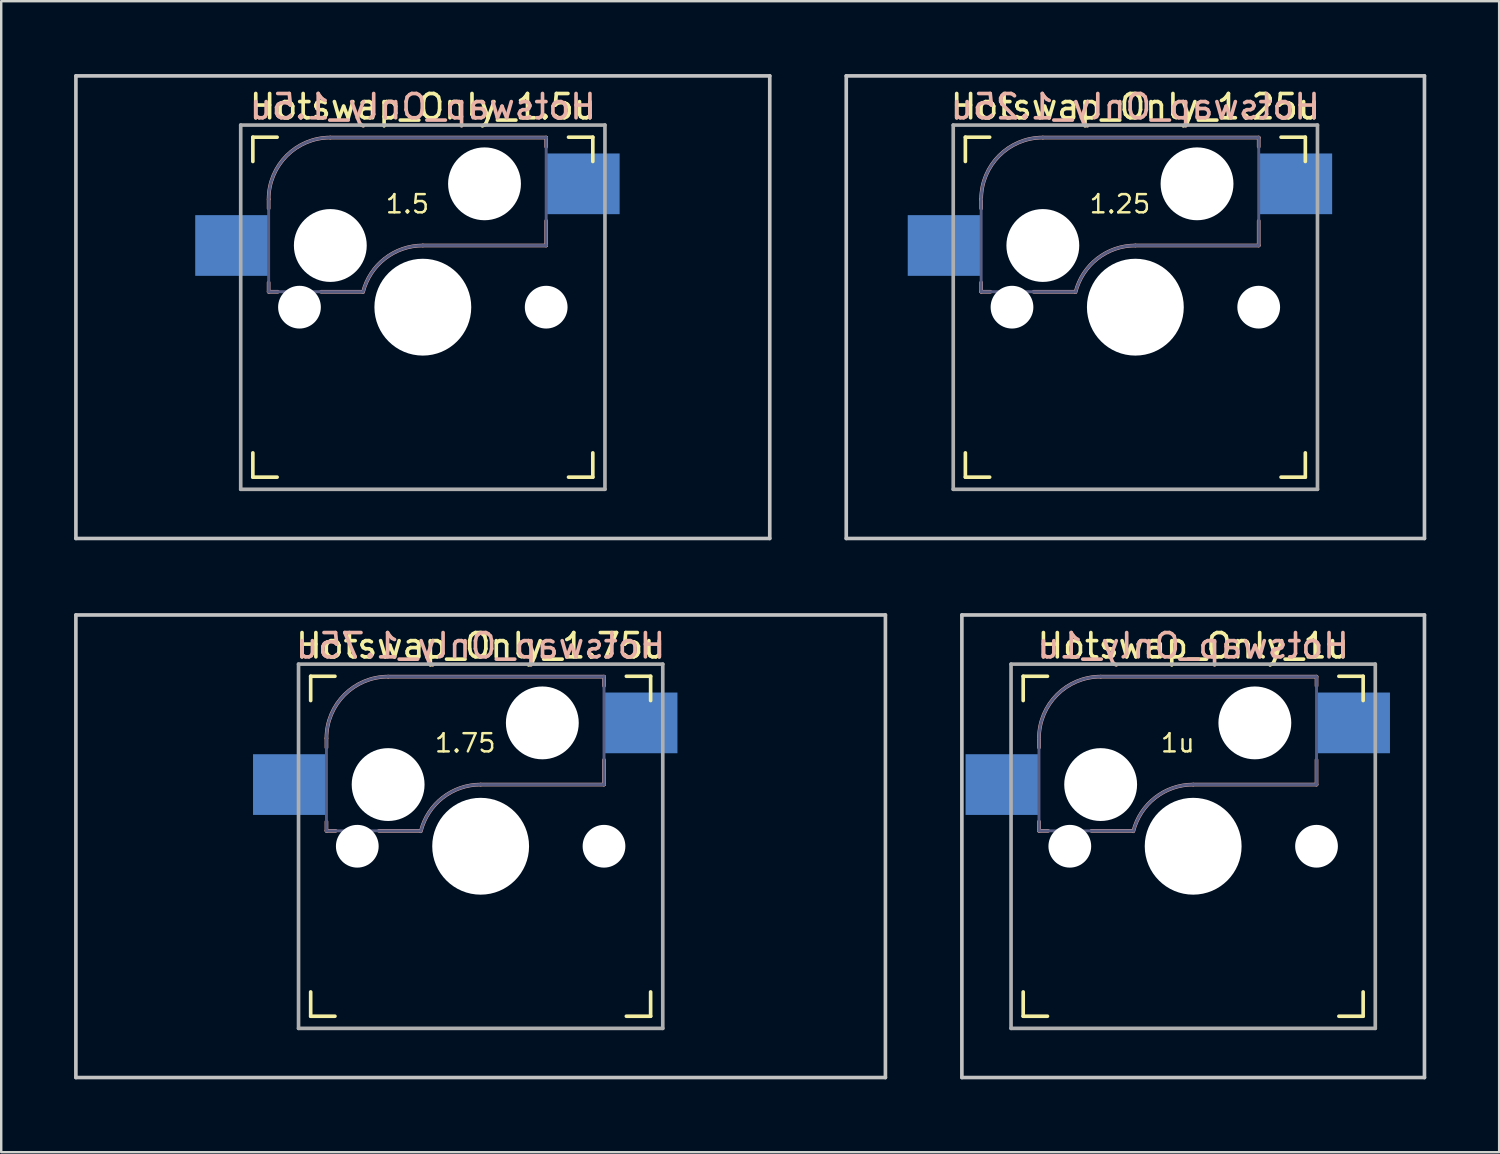
<source format=kicad_pcb>
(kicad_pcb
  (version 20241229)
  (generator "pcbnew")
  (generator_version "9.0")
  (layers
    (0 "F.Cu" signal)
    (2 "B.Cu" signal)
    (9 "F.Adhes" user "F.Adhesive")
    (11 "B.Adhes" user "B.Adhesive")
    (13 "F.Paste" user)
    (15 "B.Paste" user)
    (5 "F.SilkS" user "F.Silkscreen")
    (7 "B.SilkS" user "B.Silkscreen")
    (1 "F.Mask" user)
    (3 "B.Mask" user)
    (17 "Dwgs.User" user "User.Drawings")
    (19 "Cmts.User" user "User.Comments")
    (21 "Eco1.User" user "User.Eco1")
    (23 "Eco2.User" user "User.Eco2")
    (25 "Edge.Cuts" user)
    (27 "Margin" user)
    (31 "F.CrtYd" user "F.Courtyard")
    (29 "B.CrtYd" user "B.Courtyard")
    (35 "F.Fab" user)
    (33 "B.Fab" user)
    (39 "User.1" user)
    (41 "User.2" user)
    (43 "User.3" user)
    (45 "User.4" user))
  (footprint "Hotswap_Only_1.75u"
    (layer "F.Cu")
    (at 16.744 31.8)
    (property "Reference" "Hotswap_Only_1.75u" (at 0 -8.255 0) (layer "F.SilkS") (effects (font (size 1 1) (thickness 0.15))))
    (attr through_hole)
    (fp_line (start -7 -6) (end -7 -7) (stroke (width 0.15) (type solid)) (layer "F.SilkS"))
    (fp_line (start -7 7) (end -7 6) (stroke (width 0.15) (type solid)) (layer "F.SilkS"))
    (fp_line (start -7 7) (end -6 7) (stroke (width 0.15) (type solid)) (layer "F.SilkS"))
    (fp_line (start -6 -7) (end -7 -7) (stroke (width 0.15) (type solid)) (layer "F.SilkS"))
    (fp_line (start 6 7) (end 7 7) (stroke (width 0.15) (type solid)) (layer "F.SilkS"))
    (fp_line (start 7 -7) (end 6 -7) (stroke (width 0.15) (type solid)) (layer "F.SilkS"))
    (fp_line (start 7 -7) (end 7 -6) (stroke (width 0.15) (type solid)) (layer "F.SilkS"))
    (fp_line (start 7 6) (end 7 7) (stroke (width 0.15) (type solid)) (layer "F.SilkS"))
    (fp_line (start -6.35 -4.445) (end -6.35 -4.064) (stroke (width 0.15) (type solid)) (layer "B.SilkS"))
    (fp_line (start -6.35 -1.016) (end -6.35 -0.635) (stroke (width 0.15) (type solid)) (layer "B.SilkS"))
    (fp_line (start -6.35 -0.635) (end -5.969 -0.635) (stroke (width 0.15) (type solid)) (layer "B.SilkS"))
    (fp_line (start -4.191 -0.635) (end -2.54 -0.635) (stroke (width 0.15) (type solid)) (layer "B.SilkS"))
    (fp_line (start 0 -2.54) (end 5.08 -2.54) (stroke (width 0.15) (type solid)) (layer "B.SilkS"))
    (fp_line (start 5.08 -6.985) (end -3.81 -6.985) (stroke (width 0.15) (type solid)) (layer "B.SilkS"))
    (fp_line (start 5.08 -6.604) (end 5.08 -6.985) (stroke (width 0.15) (type solid)) (layer "B.SilkS"))
    (fp_line (start 5.08 -2.54) (end 5.08 -3.556) (stroke (width 0.15) (type solid)) (layer "B.SilkS"))
    (fp_arc (start -6.35 -4.445) (mid -5.606051 -6.241051) (end -3.81 -6.985) (stroke (width 0.15) (type solid)) (layer "B.SilkS"))
    (fp_arc (start -2.464162 -0.61604) (mid -1.563147 -2.002042) (end 0 -2.54) (stroke (width 0.15) (type solid)) (layer "B.SilkS"))
    (fp_line (start -16.669 -9.525) (end 16.669 -9.525) (stroke (width 0.15) (type solid)) (layer "Dwgs.User"))
    (fp_line (start -16.669 9.525) (end -16.669 -9.525) (stroke (width 0.15) (type solid)) (layer "Dwgs.User"))
    (fp_line (start -16.669 9.525) (end 16.669 9.525) (stroke (width 0.15) (type solid)) (layer "Dwgs.User"))
    (fp_line (start 16.669 -9.525) (end 16.669 9.525) (stroke (width 0.15) (type solid)) (layer "Dwgs.User"))
    (fp_line (start -6.9 6.9) (end -6.9 -6.9) (stroke (width 0.15) (type solid)) (layer "Eco2.User"))
    (fp_line (start -6.9 6.9) (end 6.9 6.9) (stroke (width 0.15) (type solid)) (layer "Eco2.User"))
    (fp_line (start 6.9 -6.9) (end -6.9 -6.9) (stroke (width 0.15) (type solid)) (layer "Eco2.User"))
    (fp_line (start 6.9 -6.9) (end 6.9 6.9) (stroke (width 0.15) (type solid)) (layer "Eco2.User"))
    (fp_line (start -6.35 -4.445) (end -6.35 -0.635) (stroke (width 0.12) (type solid)) (layer "B.Fab"))
    (fp_line (start -6.35 -0.635) (end -2.54 -0.635) (stroke (width 0.12) (type solid)) (layer "B.Fab"))
    (fp_line (start 0 -2.54) (end 5.08 -2.54) (stroke (width 0.12) (type solid)) (layer "B.Fab"))
    (fp_line (start 5.08 -6.985) (end -3.81 -6.985) (stroke (width 0.12) (type solid)) (layer "B.Fab"))
    (fp_line (start 5.08 -2.54) (end 5.08 -6.985) (stroke (width 0.12) (type solid)) (layer "B.Fab"))
    (fp_arc (start -6.35 -4.445) (mid -5.606051 -6.241051) (end -3.81 -6.985) (stroke (width 0.12) (type solid)) (layer "B.Fab"))
    (fp_arc (start -2.464162 -0.61604) (mid -1.563147 -2.002042) (end 0 -2.54) (stroke (width 0.12) (type solid)) (layer "B.Fab"))
    (fp_line (start -7.5 -7.5) (end 7.5 -7.5) (stroke (width 0.15) (type solid)) (layer "F.Fab"))
    (fp_line (start -7.5 7.5) (end -7.5 -7.5) (stroke (width 0.15) (type solid)) (layer "F.Fab"))
    (fp_line (start 7.5 -7.5) (end 7.5 7.5) (stroke (width 0.15) (type solid)) (layer "F.Fab"))
    (fp_line (start 7.5 7.5) (end -7.5 7.5) (stroke (width 0.15) (type solid)) (layer "F.Fab"))
    (fp_text user "1.75" (at -0.635 -3.81 0) (unlocked yes) (layer "F.SilkS") (effects (font (size 0.75 0.75) (thickness 0.1)) (justify bottom)))
    (fp_text user "${REFERENCE}" (at 0 -8.255 0) (layer "B.SilkS") (effects (font (size 1 1) (thickness 0.15)) (justify mirror)))
    (pad "" np_thru_hole circle (at -5.08 0 180) (size 1.76 1.76) (drill 1.76) (layers "*.Cu" "*.Mask"))
    (pad "" np_thru_hole circle (at -3.81 -2.54 180) (size 3 3) (drill 3) (layers "*.Cu" "*.Mask"))
    (pad "" np_thru_hole circle (at 0 0 180) (size 3.988 3.988) (drill 3.988) (layers "*.Cu" "*.Mask"))
    (pad "" np_thru_hole circle (at 2.54 -5.08 180) (size 3 3) (drill 3) (layers "*.Cu" "*.Mask"))
    (pad "" np_thru_hole circle (at 5.08 0 180) (size 1.76 1.76) (drill 1.76) (layers "*.Cu" "*.Mask"))
    (pad "1" smd rect (at -7.874 -2.54 180) (size 3 2.5) (layers "B.Cu" "B.Mask" "B.Paste"))
    (pad "2" smd rect (at 6.604 -5.08 180) (size 3 2.5) (layers "B.Cu" "B.Mask" "B.Paste")))
  (footprint "Hotswap_Only_1.5u"
    (layer "F.Cu")
    (at 14.363 9.6)
    (property "Reference" "Hotswap_Only_1.5u" (at 0 -8.255 0) (layer "F.SilkS") (effects (font (size 1 1) (thickness 0.15))))
    (attr through_hole)
    (fp_line (start -7 -6) (end -7 -7) (stroke (width 0.15) (type solid)) (layer "F.SilkS"))
    (fp_line (start -7 7) (end -7 6) (stroke (width 0.15) (type solid)) (layer "F.SilkS"))
    (fp_line (start -7 7) (end -6 7) (stroke (width 0.15) (type solid)) (layer "F.SilkS"))
    (fp_line (start -6 -7) (end -7 -7) (stroke (width 0.15) (type solid)) (layer "F.SilkS"))
    (fp_line (start 6 7) (end 7 7) (stroke (width 0.15) (type solid)) (layer "F.SilkS"))
    (fp_line (start 7 -7) (end 6 -7) (stroke (width 0.15) (type solid)) (layer "F.SilkS"))
    (fp_line (start 7 -7) (end 7 -6) (stroke (width 0.15) (type solid)) (layer "F.SilkS"))
    (fp_line (start 7 6) (end 7 7) (stroke (width 0.15) (type solid)) (layer "F.SilkS"))
    (fp_line (start -6.35 -4.445) (end -6.35 -4.064) (stroke (width 0.15) (type solid)) (layer "B.SilkS"))
    (fp_line (start -6.35 -1.016) (end -6.35 -0.635) (stroke (width 0.15) (type solid)) (layer "B.SilkS"))
    (fp_line (start -6.35 -0.635) (end -5.969 -0.635) (stroke (width 0.15) (type solid)) (layer "B.SilkS"))
    (fp_line (start -4.191 -0.635) (end -2.54 -0.635) (stroke (width 0.15) (type solid)) (layer "B.SilkS"))
    (fp_line (start 0 -2.54) (end 5.08 -2.54) (stroke (width 0.15) (type solid)) (layer "B.SilkS"))
    (fp_line (start 5.08 -6.985) (end -3.81 -6.985) (stroke (width 0.15) (type solid)) (layer "B.SilkS"))
    (fp_line (start 5.08 -6.604) (end 5.08 -6.985) (stroke (width 0.15) (type solid)) (layer "B.SilkS"))
    (fp_line (start 5.08 -2.54) (end 5.08 -3.556) (stroke (width 0.15) (type solid)) (layer "B.SilkS"))
    (fp_arc (start -6.35 -4.445) (mid -5.606051 -6.241051) (end -3.81 -6.985) (stroke (width 0.15) (type solid)) (layer "B.SilkS"))
    (fp_arc (start -2.464162 -0.61604) (mid -1.563147 -2.002042) (end 0 -2.54) (stroke (width 0.15) (type solid)) (layer "B.SilkS"))
    (fp_line (start -14.287 -9.525) (end 14.287 -9.525) (stroke (width 0.15) (type solid)) (layer "Dwgs.User"))
    (fp_line (start -14.287 9.525) (end -14.287 -9.525) (stroke (width 0.15) (type solid)) (layer "Dwgs.User"))
    (fp_line (start -14.287 9.525) (end 14.287 9.525) (stroke (width 0.15) (type solid)) (layer "Dwgs.User"))
    (fp_line (start 14.287 -9.525) (end 14.287 9.525) (stroke (width 0.15) (type solid)) (layer "Dwgs.User"))
    (fp_line (start -6.9 6.9) (end -6.9 -6.9) (stroke (width 0.15) (type solid)) (layer "Eco2.User"))
    (fp_line (start -6.9 6.9) (end 6.9 6.9) (stroke (width 0.15) (type solid)) (layer "Eco2.User"))
    (fp_line (start 6.9 -6.9) (end -6.9 -6.9) (stroke (width 0.15) (type solid)) (layer "Eco2.User"))
    (fp_line (start 6.9 -6.9) (end 6.9 6.9) (stroke (width 0.15) (type solid)) (layer "Eco2.User"))
    (fp_line (start -6.35 -4.445) (end -6.35 -0.635) (stroke (width 0.12) (type solid)) (layer "B.Fab"))
    (fp_line (start -6.35 -0.635) (end -2.54 -0.635) (stroke (width 0.12) (type solid)) (layer "B.Fab"))
    (fp_line (start 0 -2.54) (end 5.08 -2.54) (stroke (width 0.12) (type solid)) (layer "B.Fab"))
    (fp_line (start 5.08 -6.985) (end -3.81 -6.985) (stroke (width 0.12) (type solid)) (layer "B.Fab"))
    (fp_line (start 5.08 -2.54) (end 5.08 -6.985) (stroke (width 0.12) (type solid)) (layer "B.Fab"))
    (fp_arc (start -6.35 -4.445) (mid -5.606051 -6.241051) (end -3.81 -6.985) (stroke (width 0.12) (type solid)) (layer "B.Fab"))
    (fp_arc (start -2.464162 -0.61604) (mid -1.563147 -2.002042) (end 0 -2.54) (stroke (width 0.12) (type solid)) (layer "B.Fab"))
    (fp_line (start -7.5 -7.5) (end 7.5 -7.5) (stroke (width 0.15) (type solid)) (layer "F.Fab"))
    (fp_line (start -7.5 7.5) (end -7.5 -7.5) (stroke (width 0.15) (type solid)) (layer "F.Fab"))
    (fp_line (start 7.5 -7.5) (end 7.5 7.5) (stroke (width 0.15) (type solid)) (layer "F.Fab"))
    (fp_line (start 7.5 7.5) (end -7.5 7.5) (stroke (width 0.15) (type solid)) (layer "F.Fab"))
    (fp_text user "1.5" (at -0.635 -3.81 0) (unlocked yes) (layer "F.SilkS") (effects (font (size 0.75 0.75) (thickness 0.1)) (justify bottom)))
    (fp_text user "${REFERENCE}" (at 0 -8.255 0) (layer "B.SilkS") (effects (font (size 1 1) (thickness 0.15)) (justify mirror)))
    (pad "" np_thru_hole circle (at -5.08 0 180) (size 1.76 1.76) (drill 1.76) (layers "*.Cu" "*.Mask"))
    (pad "" np_thru_hole circle (at -3.81 -2.54 180) (size 3 3) (drill 3) (layers "*.Cu" "*.Mask"))
    (pad "" np_thru_hole circle (at 0 0 180) (size 3.988 3.988) (drill 3.988) (layers "*.Cu" "*.Mask"))
    (pad "" np_thru_hole circle (at 2.54 -5.08 180) (size 3 3) (drill 3) (layers "*.Cu" "*.Mask"))
    (pad "" np_thru_hole circle (at 5.08 0 180) (size 1.76 1.76) (drill 1.76) (layers "*.Cu" "*.Mask"))
    (pad "1" smd rect (at -7.874 -2.54 180) (size 3 2.5) (layers "B.Cu" "B.Mask" "B.Paste"))
    (pad "2" smd rect (at 6.604 -5.08 180) (size 3 2.5) (layers "B.Cu" "B.Mask" "B.Paste")))
  (footprint "Hotswap_Only_1u"
    (layer "F.Cu")
    (at 46.087 31.8)
    (property "Reference" "Hotswap_Only_1u" (at 0 -8.255 0) (layer "F.SilkS") (effects (font (size 1 1) (thickness 0.15))))
    (attr through_hole)
    (fp_line (start -7 -6) (end -7 -7) (stroke (width 0.15) (type solid)) (layer "F.SilkS"))
    (fp_line (start -7 7) (end -7 6) (stroke (width 0.15) (type solid)) (layer "F.SilkS"))
    (fp_line (start -7 7) (end -6 7) (stroke (width 0.15) (type solid)) (layer "F.SilkS"))
    (fp_line (start -6 -7) (end -7 -7) (stroke (width 0.15) (type solid)) (layer "F.SilkS"))
    (fp_line (start 6 7) (end 7 7) (stroke (width 0.15) (type solid)) (layer "F.SilkS"))
    (fp_line (start 7 -7) (end 6 -7) (stroke (width 0.15) (type solid)) (layer "F.SilkS"))
    (fp_line (start 7 -7) (end 7 -6) (stroke (width 0.15) (type solid)) (layer "F.SilkS"))
    (fp_line (start 7 6) (end 7 7) (stroke (width 0.15) (type solid)) (layer "F.SilkS"))
    (fp_line (start -6.35 -4.445) (end -6.35 -4.064) (stroke (width 0.15) (type solid)) (layer "B.SilkS"))
    (fp_line (start -6.35 -1.016) (end -6.35 -0.635) (stroke (width 0.15) (type solid)) (layer "B.SilkS"))
    (fp_line (start -6.35 -0.635) (end -5.969 -0.635) (stroke (width 0.15) (type solid)) (layer "B.SilkS"))
    (fp_line (start -4.191 -0.635) (end -2.54 -0.635) (stroke (width 0.15) (type solid)) (layer "B.SilkS"))
    (fp_line (start 0 -2.54) (end 5.08 -2.54) (stroke (width 0.15) (type solid)) (layer "B.SilkS"))
    (fp_line (start 5.08 -6.985) (end -3.81 -6.985) (stroke (width 0.15) (type solid)) (layer "B.SilkS"))
    (fp_line (start 5.08 -6.604) (end 5.08 -6.985) (stroke (width 0.15) (type solid)) (layer "B.SilkS"))
    (fp_line (start 5.08 -2.54) (end 5.08 -3.556) (stroke (width 0.15) (type solid)) (layer "B.SilkS"))
    (fp_arc (start -6.35 -4.445) (mid -5.606051 -6.241051) (end -3.81 -6.985) (stroke (width 0.15) (type solid)) (layer "B.SilkS"))
    (fp_arc (start -2.464162 -0.61604) (mid -1.563147 -2.002042) (end 0 -2.54) (stroke (width 0.15) (type solid)) (layer "B.SilkS"))
    (fp_line (start -9.525 -9.525) (end 9.525 -9.525) (stroke (width 0.15) (type solid)) (layer "Dwgs.User"))
    (fp_line (start -9.525 9.525) (end -9.525 -9.525) (stroke (width 0.15) (type solid)) (layer "Dwgs.User"))
    (fp_line (start -9.525 9.525) (end 9.525 9.525) (stroke (width 0.15) (type solid)) (layer "Dwgs.User"))
    (fp_line (start 9.525 -9.525) (end 9.525 9.525) (stroke (width 0.15) (type solid)) (layer "Dwgs.User"))
    (fp_line (start -6.9 6.9) (end -6.9 -6.9) (stroke (width 0.15) (type solid)) (layer "Eco2.User"))
    (fp_line (start -6.9 6.9) (end 6.9 6.9) (stroke (width 0.15) (type solid)) (layer "Eco2.User"))
    (fp_line (start 6.9 -6.9) (end -6.9 -6.9) (stroke (width 0.15) (type solid)) (layer "Eco2.User"))
    (fp_line (start 6.9 -6.9) (end 6.9 6.9) (stroke (width 0.15) (type solid)) (layer "Eco2.User"))
    (fp_line (start -6.35 -4.445) (end -6.35 -0.635) (stroke (width 0.12) (type solid)) (layer "B.Fab"))
    (fp_line (start -6.35 -0.635) (end -2.54 -0.635) (stroke (width 0.12) (type solid)) (layer "B.Fab"))
    (fp_line (start 0 -2.54) (end 5.08 -2.54) (stroke (width 0.12) (type solid)) (layer "B.Fab"))
    (fp_line (start 5.08 -6.985) (end -3.81 -6.985) (stroke (width 0.12) (type solid)) (layer "B.Fab"))
    (fp_line (start 5.08 -2.54) (end 5.08 -6.985) (stroke (width 0.12) (type solid)) (layer "B.Fab"))
    (fp_arc (start -6.35 -4.445) (mid -5.606051 -6.241051) (end -3.81 -6.985) (stroke (width 0.12) (type solid)) (layer "B.Fab"))
    (fp_arc (start -2.464162 -0.61604) (mid -1.563147 -2.002042) (end 0 -2.54) (stroke (width 0.12) (type solid)) (layer "B.Fab"))
    (fp_line (start -7.5 -7.5) (end 7.5 -7.5) (stroke (width 0.15) (type solid)) (layer "F.Fab"))
    (fp_line (start -7.5 7.5) (end -7.5 -7.5) (stroke (width 0.15) (type solid)) (layer "F.Fab"))
    (fp_line (start 7.5 -7.5) (end 7.5 7.5) (stroke (width 0.15) (type solid)) (layer "F.Fab"))
    (fp_line (start 7.5 7.5) (end -7.5 7.5) (stroke (width 0.15) (type solid)) (layer "F.Fab"))
    (fp_text user "1u" (at -0.635 -3.81 0) (unlocked yes) (layer "F.SilkS") (effects (font (size 0.75 0.75) (thickness 0.1)) (justify bottom)))
    (fp_text user "${REFERENCE}" (at 0 -8.255 0) (layer "B.SilkS") (effects (font (size 1 1) (thickness 0.15)) (justify mirror)))
    (pad "" np_thru_hole circle (at -5.08 0 180) (size 1.76 1.76) (drill 1.76) (layers "*.Cu" "*.Mask"))
    (pad "" np_thru_hole circle (at -3.81 -2.54 180) (size 3 3) (drill 3) (layers "*.Cu" "*.Mask"))
    (pad "" np_thru_hole circle (at 0 0 180) (size 3.988 3.988) (drill 3.988) (layers "*.Cu" "*.Mask"))
    (pad "" np_thru_hole circle (at 2.54 -5.08 180) (size 3 3) (drill 3) (layers "*.Cu" "*.Mask"))
    (pad "" np_thru_hole circle (at 5.08 0 180) (size 1.76 1.76) (drill 1.76) (layers "*.Cu" "*.Mask"))
    (pad "1" smd rect (at -7.874 -2.54 180) (size 3 2.5) (layers "B.Cu" "B.Mask" "B.Paste"))
    (pad "2" smd rect (at 6.604 -5.08 180) (size 3 2.5) (layers "B.Cu" "B.Mask" "B.Paste")))
  (footprint "Hotswap_Only_1.25u"
    (layer "F.Cu")
    (at 43.706 9.6)
    (property "Reference" "Hotswap_Only_1.25u" (at 0 -8.255 0) (layer "F.SilkS") (effects (font (size 1 1) (thickness 0.15))))
    (attr through_hole)
    (fp_line (start -7 -6) (end -7 -7) (stroke (width 0.15) (type solid)) (layer "F.SilkS"))
    (fp_line (start -7 7) (end -7 6) (stroke (width 0.15) (type solid)) (layer "F.SilkS"))
    (fp_line (start -7 7) (end -6 7) (stroke (width 0.15) (type solid)) (layer "F.SilkS"))
    (fp_line (start -6 -7) (end -7 -7) (stroke (width 0.15) (type solid)) (layer "F.SilkS"))
    (fp_line (start 6 7) (end 7 7) (stroke (width 0.15) (type solid)) (layer "F.SilkS"))
    (fp_line (start 7 -7) (end 6 -7) (stroke (width 0.15) (type solid)) (layer "F.SilkS"))
    (fp_line (start 7 -7) (end 7 -6) (stroke (width 0.15) (type solid)) (layer "F.SilkS"))
    (fp_line (start 7 6) (end 7 7) (stroke (width 0.15) (type solid)) (layer "F.SilkS"))
    (fp_line (start -6.35 -4.445) (end -6.35 -4.064) (stroke (width 0.15) (type solid)) (layer "B.SilkS"))
    (fp_line (start -6.35 -1.016) (end -6.35 -0.635) (stroke (width 0.15) (type solid)) (layer "B.SilkS"))
    (fp_line (start -6.35 -0.635) (end -5.969 -0.635) (stroke (width 0.15) (type solid)) (layer "B.SilkS"))
    (fp_line (start -4.191 -0.635) (end -2.54 -0.635) (stroke (width 0.15) (type solid)) (layer "B.SilkS"))
    (fp_line (start 0 -2.54) (end 5.08 -2.54) (stroke (width 0.15) (type solid)) (layer "B.SilkS"))
    (fp_line (start 5.08 -6.985) (end -3.81 -6.985) (stroke (width 0.15) (type solid)) (layer "B.SilkS"))
    (fp_line (start 5.08 -6.604) (end 5.08 -6.985) (stroke (width 0.15) (type solid)) (layer "B.SilkS"))
    (fp_line (start 5.08 -2.54) (end 5.08 -3.556) (stroke (width 0.15) (type solid)) (layer "B.SilkS"))
    (fp_arc (start -6.35 -4.445) (mid -5.606051 -6.241051) (end -3.81 -6.985) (stroke (width 0.15) (type solid)) (layer "B.SilkS"))
    (fp_arc (start -2.464162 -0.61604) (mid -1.563147 -2.002042) (end 0 -2.54) (stroke (width 0.15) (type solid)) (layer "B.SilkS"))
    (fp_line (start -11.906 -9.525) (end 11.906 -9.525) (stroke (width 0.15) (type solid)) (layer "Dwgs.User"))
    (fp_line (start -11.906 9.525) (end -11.906 -9.525) (stroke (width 0.15) (type solid)) (layer "Dwgs.User"))
    (fp_line (start -11.906 9.525) (end 11.906 9.525) (stroke (width 0.15) (type solid)) (layer "Dwgs.User"))
    (fp_line (start 11.906 -9.525) (end 11.906 9.525) (stroke (width 0.15) (type solid)) (layer "Dwgs.User"))
    (fp_line (start -6.9 6.9) (end -6.9 -6.9) (stroke (width 0.15) (type solid)) (layer "Eco2.User"))
    (fp_line (start -6.9 6.9) (end 6.9 6.9) (stroke (width 0.15) (type solid)) (layer "Eco2.User"))
    (fp_line (start 6.9 -6.9) (end -6.9 -6.9) (stroke (width 0.15) (type solid)) (layer "Eco2.User"))
    (fp_line (start 6.9 -6.9) (end 6.9 6.9) (stroke (width 0.15) (type solid)) (layer "Eco2.User"))
    (fp_line (start -6.35 -4.445) (end -6.35 -0.635) (stroke (width 0.12) (type solid)) (layer "B.Fab"))
    (fp_line (start -6.35 -0.635) (end -2.54 -0.635) (stroke (width 0.12) (type solid)) (layer "B.Fab"))
    (fp_line (start 0 -2.54) (end 5.08 -2.54) (stroke (width 0.12) (type solid)) (layer "B.Fab"))
    (fp_line (start 5.08 -6.985) (end -3.81 -6.985) (stroke (width 0.12) (type solid)) (layer "B.Fab"))
    (fp_line (start 5.08 -2.54) (end 5.08 -6.985) (stroke (width 0.12) (type solid)) (layer "B.Fab"))
    (fp_arc (start -6.35 -4.445) (mid -5.606051 -6.241051) (end -3.81 -6.985) (stroke (width 0.12) (type solid)) (layer "B.Fab"))
    (fp_arc (start -2.464162 -0.61604) (mid -1.563147 -2.002042) (end 0 -2.54) (stroke (width 0.12) (type solid)) (layer "B.Fab"))
    (fp_line (start -7.5 -7.5) (end 7.5 -7.5) (stroke (width 0.15) (type solid)) (layer "F.Fab"))
    (fp_line (start -7.5 7.5) (end -7.5 -7.5) (stroke (width 0.15) (type solid)) (layer "F.Fab"))
    (fp_line (start 7.5 -7.5) (end 7.5 7.5) (stroke (width 0.15) (type solid)) (layer "F.Fab"))
    (fp_line (start 7.5 7.5) (end -7.5 7.5) (stroke (width 0.15) (type solid)) (layer "F.Fab"))
    (fp_text user "1.25" (at -0.635 -3.81 0) (unlocked yes) (layer "F.SilkS") (effects (font (size 0.75 0.75) (thickness 0.1)) (justify bottom)))
    (fp_text user "${REFERENCE}" (at 0 -8.255 0) (layer "B.SilkS") (effects (font (size 1 1) (thickness 0.15)) (justify mirror)))
    (pad "" np_thru_hole circle (at -5.08 0 180) (size 1.76 1.76) (drill 1.76) (layers "*.Cu" "*.Mask"))
    (pad "" np_thru_hole circle (at -3.81 -2.54 180) (size 3 3) (drill 3) (layers "*.Cu" "*.Mask"))
    (pad "" np_thru_hole circle (at 0 0 180) (size 3.988 3.988) (drill 3.988) (layers "*.Cu" "*.Mask"))
    (pad "" np_thru_hole circle (at 2.54 -5.08 180) (size 3 3) (drill 3) (layers "*.Cu" "*.Mask"))
    (pad "" np_thru_hole circle (at 5.08 0 180) (size 1.76 1.76) (drill 1.76) (layers "*.Cu" "*.Mask"))
    (pad "1" smd rect (at -7.874 -2.54 180) (size 3 2.5) (layers "B.Cu" "B.Mask" "B.Paste"))
    (pad "2" smd rect (at 6.604 -5.08 180) (size 3 2.5) (layers "B.Cu" "B.Mask" "B.Paste")))
  (gr_rect
    (start -3 -3)
    (end 58.688 44.4)
    (stroke (width 0.1) (type default))
    (fill no)
    (layer "Edge.Cuts")))
</source>
